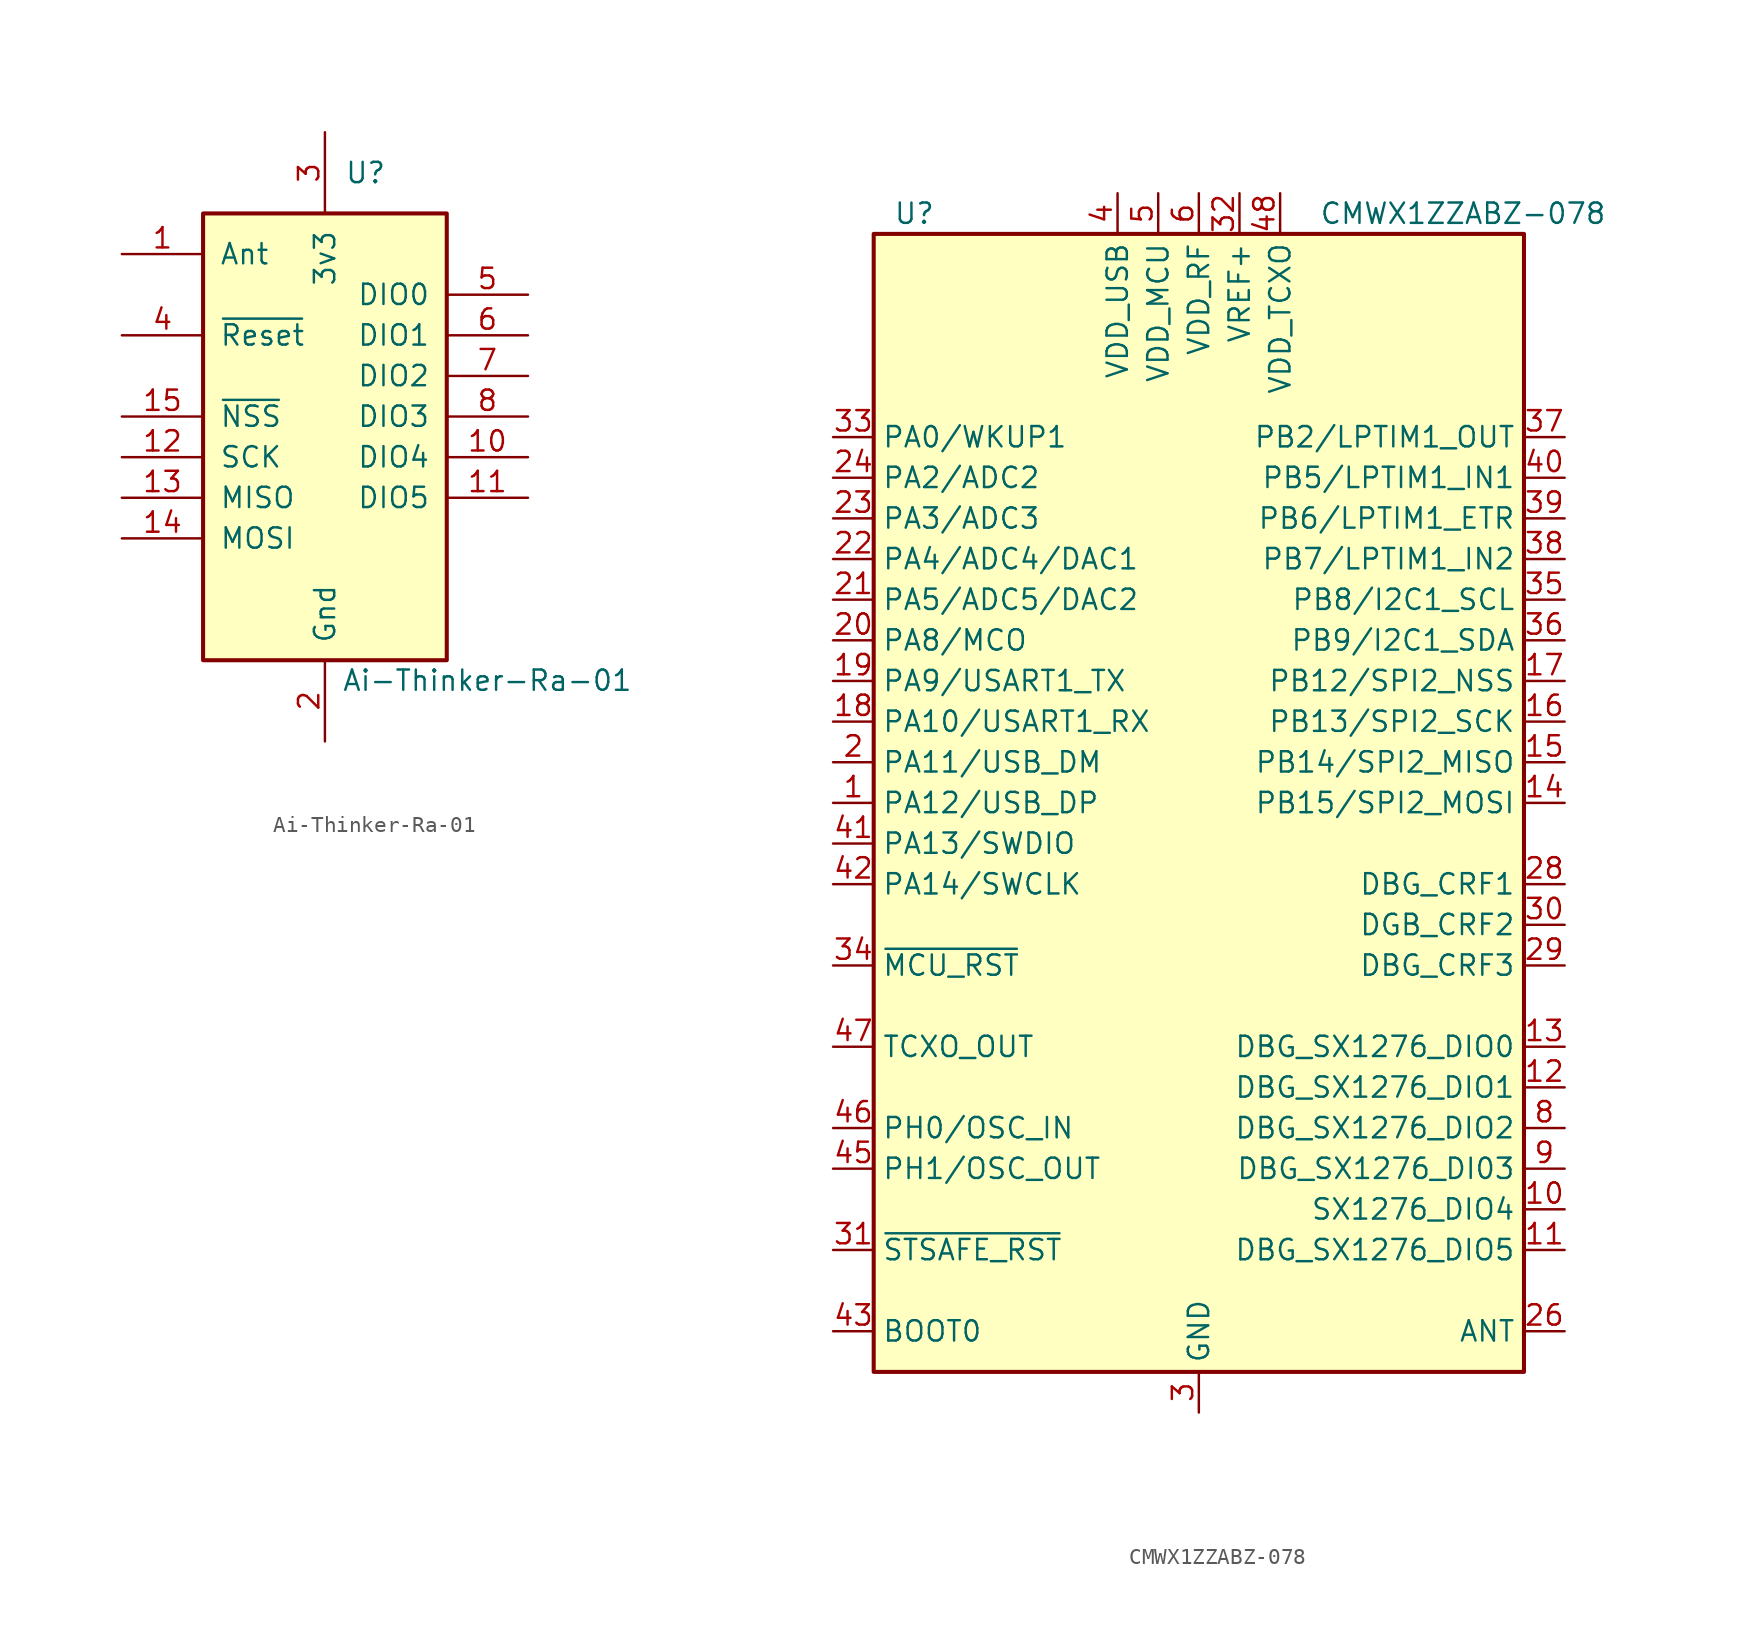
<source format=kicad_sym>
(kicad_symbol_lib
  (version 20201005)
  (generator kicad_symbol_editor)
  (symbol "Ai-Thinker-Ra-01"
    (pin_names
      (offset 1.016))
    (property "Reference" "U"
      (at 2.54 17.78 0)
      (effects (font (size 1.27 1.27))))
    (property "Value" "Ai-Thinker-Ra-01"
      (at 10.16 -13.97 0)
      (effects (font (size 1.27 1.27))))
    (symbol "Ai-Thinker-Ra-01_0_1"
      (rectangle (start -7.62 15.24) (end 7.62 -12.7) (stroke (width 0.254)) (fill (type background))))
    (symbol "Ai-Thinker-Ra-01_1_1"
      (pin input line (at -12.7 12.7 0) (length 5.08) (name "Ant" (effects (font (size 1.27 1.27)))) (number "1" (effects (font (size 1.27 1.27)))))
      (pin bidirectional line (at 12.7 0 180) (length 5.08) (name "DIO4" (effects (font (size 1.27 1.27)))) (number "10" (effects (font (size 1.27 1.27)))))
      (pin bidirectional line (at 12.7 -2.54 180) (length 5.08) (name "DIO5" (effects (font (size 1.27 1.27)))) (number "11" (effects (font (size 1.27 1.27)))))
      (pin bidirectional line (at -12.7 0 0) (length 5.08) (name "SCK" (effects (font (size 1.27 1.27)))) (number "12" (effects (font (size 1.27 1.27)))))
      (pin output line (at -12.7 -2.54 0) (length 5.08) (name "MISO" (effects (font (size 1.27 1.27)))) (number "13" (effects (font (size 1.27 1.27)))))
      (pin input line (at -12.7 -5.08 0) (length 5.08) (name "MOSI" (effects (font (size 1.27 1.27)))) (number "14" (effects (font (size 1.27 1.27)))))
      (pin input line (at -12.7 2.54 0) (length 5.08) (name "~NSS" (effects (font (size 1.27 1.27)))) (number "15" (effects (font (size 1.27 1.27)))))
      (pin passive line (at 0 -17.78 90) (length 5.08) hide (name "Gnd" (effects (font (size 1.27 1.27)))) (number "16" (effects (font (size 1.27 1.27)))))
      (pin power_in line (at 0 -17.78 90) (length 5.08) (name "Gnd" (effects (font (size 1.27 1.27)))) (number "2" (effects (font (size 1.27 1.27)))))
      (pin power_in line (at 0 20.32 270) (length 5.08) (name "3v3" (effects (font (size 1.27 1.27)))) (number "3" (effects (font (size 1.27 1.27)))))
      (pin input line (at -12.7 7.62 0) (length 5.08) (name "~Reset" (effects (font (size 1.27 1.27)))) (number "4" (effects (font (size 1.27 1.27)))))
      (pin bidirectional line (at 12.7 10.16 180) (length 5.08) (name "DIO0" (effects (font (size 1.27 1.27)))) (number "5" (effects (font (size 1.27 1.27)))))
      (pin bidirectional line (at 12.7 7.62 180) (length 5.08) (name "DIO1" (effects (font (size 1.27 1.27)))) (number "6" (effects (font (size 1.27 1.27)))))
      (pin bidirectional line (at 12.7 5.08 180) (length 5.08) (name "DIO2" (effects (font (size 1.27 1.27)))) (number "7" (effects (font (size 1.27 1.27)))))
      (pin bidirectional line (at 12.7 2.54 180) (length 5.08) (name "DIO3" (effects (font (size 1.27 1.27)))) (number "8" (effects (font (size 1.27 1.27)))))
      (pin passive line (at 0 -17.78 90) (length 5.08) hide (name "Gnd" (effects (font (size 1.27 1.27)))) (number "9" (effects (font (size 1.27 1.27)))))))
  (symbol "CMWX1ZZABZ-078"
    (property "Reference" "U"
      (at -17.78 36.83 0)
      (effects (font (size 1.27 1.27))))
    (property "Value" "CMWX1ZZABZ-078"
      (at 16.51 36.83 0)
      (effects (font (size 1.27 1.27))))
    (symbol "CMWX1ZZABZ-078_0_1"
      (rectangle (start -20.32 35.56) (end 20.32 -35.56) (stroke (width 0.254)) (fill (type background))))
    (symbol "CMWX1ZZABZ-078_1_1"
      (pin bidirectional line (at -22.86 0 0) (length 2.54) (name "PA12/USB_DP" (effects (font (size 1.27 1.27)))) (number "1" (effects (font (size 1.27 1.27)))))
      (pin bidirectional line (at 22.86 -25.4 180) (length 2.54) (name "SX1276_DIO4" (effects (font (size 1.27 1.27)))) (number "10" (effects (font (size 1.27 1.27)))))
      (pin bidirectional line (at 22.86 -27.94 180) (length 2.54) (name "DBG_SX1276_DIO5" (effects (font (size 1.27 1.27)))) (number "11" (effects (font (size 1.27 1.27)))))
      (pin bidirectional line (at 22.86 -17.78 180) (length 2.54) (name "DBG_SX1276_DIO1" (effects (font (size 1.27 1.27)))) (number "12" (effects (font (size 1.27 1.27)))))
      (pin bidirectional line (at 22.86 -15.24 180) (length 2.54) (name "DBG_SX1276_DIO0" (effects (font (size 1.27 1.27)))) (number "13" (effects (font (size 1.27 1.27)))))
      (pin bidirectional line (at 22.86 0 180) (length 2.54) (name "PB15/SPI2_MOSI" (effects (font (size 1.27 1.27)))) (number "14" (effects (font (size 1.27 1.27)))))
      (pin bidirectional line (at 22.86 2.54 180) (length 2.54) (name "PB14/SPI2_MISO" (effects (font (size 1.27 1.27)))) (number "15" (effects (font (size 1.27 1.27)))))
      (pin bidirectional line (at 22.86 5.08 180) (length 2.54) (name "PB13/SPI2_SCK" (effects (font (size 1.27 1.27)))) (number "16" (effects (font (size 1.27 1.27)))))
      (pin bidirectional line (at 22.86 7.62 180) (length 2.54) (name "PB12/SPI2_NSS" (effects (font (size 1.27 1.27)))) (number "17" (effects (font (size 1.27 1.27)))))
      (pin bidirectional line (at -22.86 5.08 0) (length 2.54) (name "PA10/USART1_RX" (effects (font (size 1.27 1.27)))) (number "18" (effects (font (size 1.27 1.27)))))
      (pin bidirectional line (at -22.86 7.62 0) (length 2.54) (name "PA9/USART1_TX" (effects (font (size 1.27 1.27)))) (number "19" (effects (font (size 1.27 1.27)))))
      (pin bidirectional line (at -22.86 2.54 0) (length 2.54) (name "PA11/USB_DM" (effects (font (size 1.27 1.27)))) (number "2" (effects (font (size 1.27 1.27)))))
      (pin bidirectional line (at -22.86 10.16 0) (length 2.54) (name "PA8/MCO" (effects (font (size 1.27 1.27)))) (number "20" (effects (font (size 1.27 1.27)))))
      (pin bidirectional line (at -22.86 12.7 0) (length 2.54) (name "PA5/ADC5/DAC2" (effects (font (size 1.27 1.27)))) (number "21" (effects (font (size 1.27 1.27)))))
      (pin bidirectional line (at -22.86 15.24 0) (length 2.54) (name "PA4/ADC4/DAC1" (effects (font (size 1.27 1.27)))) (number "22" (effects (font (size 1.27 1.27)))))
      (pin bidirectional line (at -22.86 17.78 0) (length 2.54) (name "PA3/ADC3" (effects (font (size 1.27 1.27)))) (number "23" (effects (font (size 1.27 1.27)))))
      (pin bidirectional line (at -22.86 20.32 0) (length 2.54) (name "PA2/ADC2" (effects (font (size 1.27 1.27)))) (number "24" (effects (font (size 1.27 1.27)))))
      (pin passive line (at 0 -38.1 90) (length 2.54) hide (name "GND" (effects (font (size 1.27 1.27)))) (number "25" (effects (font (size 1.27 1.27)))))
      (pin passive line (at 22.86 -33.02 180) (length 2.54) (name "ANT" (effects (font (size 1.27 1.27)))) (number "26" (effects (font (size 1.27 1.27)))))
      (pin passive line (at 0 -38.1 90) (length 2.54) hide (name "GND" (effects (font (size 1.27 1.27)))) (number "27" (effects (font (size 1.27 1.27)))))
      (pin passive line (at 22.86 -5.08 180) (length 2.54) (name "DBG_CRF1" (effects (font (size 1.27 1.27)))) (number "28" (effects (font (size 1.27 1.27)))))
      (pin passive line (at 22.86 -10.16 180) (length 2.54) (name "DBG_CRF3" (effects (font (size 1.27 1.27)))) (number "29" (effects (font (size 1.27 1.27)))))
      (pin power_in line (at 0 -38.1 90) (length 2.54) (name "GND" (effects (font (size 1.27 1.27)))) (number "3" (effects (font (size 1.27 1.27)))))
      (pin passive line (at 22.86 -7.62 180) (length 2.54) (name "DGB_CRF2" (effects (font (size 1.27 1.27)))) (number "30" (effects (font (size 1.27 1.27)))))
      (pin passive line (at -22.86 -27.94 0) (length 2.54) (name "~STSAFE_RST" (effects (font (size 1.27 1.27)))) (number "31" (effects (font (size 1.27 1.27)))))
      (pin power_in line (at 2.54 38.1 270) (length 2.54) (name "VREF+" (effects (font (size 1.27 1.27)))) (number "32" (effects (font (size 1.27 1.27)))))
      (pin bidirectional line (at -22.86 22.86 0) (length 2.54) (name "PA0/WKUP1" (effects (font (size 1.27 1.27)))) (number "33" (effects (font (size 1.27 1.27)))))
      (pin input line (at -22.86 -10.16 0) (length 2.54) (name "~MCU_RST" (effects (font (size 1.27 1.27)))) (number "34" (effects (font (size 1.27 1.27)))))
      (pin bidirectional line (at 22.86 12.7 180) (length 2.54) (name "PB8/I2C1_SCL" (effects (font (size 1.27 1.27)))) (number "35" (effects (font (size 1.27 1.27)))))
      (pin bidirectional line (at 22.86 10.16 180) (length 2.54) (name "PB9/I2C1_SDA" (effects (font (size 1.27 1.27)))) (number "36" (effects (font (size 1.27 1.27)))))
      (pin bidirectional line (at 22.86 22.86 180) (length 2.54) (name "PB2/LPTIM1_OUT" (effects (font (size 1.27 1.27)))) (number "37" (effects (font (size 1.27 1.27)))))
      (pin bidirectional line (at 22.86 15.24 180) (length 2.54) (name "PB7/LPTIM1_IN2" (effects (font (size 1.27 1.27)))) (number "38" (effects (font (size 1.27 1.27)))))
      (pin bidirectional line (at 22.86 17.78 180) (length 2.54) (name "PB6/LPTIM1_ETR" (effects (font (size 1.27 1.27)))) (number "39" (effects (font (size 1.27 1.27)))))
      (pin power_in line (at -5.08 38.1 270) (length 2.54) (name "VDD_USB" (effects (font (size 1.27 1.27)))) (number "4" (effects (font (size 1.27 1.27)))))
      (pin bidirectional line (at 22.86 20.32 180) (length 2.54) (name "PB5/LPTIM1_IN1" (effects (font (size 1.27 1.27)))) (number "40" (effects (font (size 1.27 1.27)))))
      (pin bidirectional line (at -22.86 -2.54 0) (length 2.54) (name "PA13/SWDIO" (effects (font (size 1.27 1.27)))) (number "41" (effects (font (size 1.27 1.27)))))
      (pin bidirectional line (at -22.86 -5.08 0) (length 2.54) (name "PA14/SWCLK" (effects (font (size 1.27 1.27)))) (number "42" (effects (font (size 1.27 1.27)))))
      (pin input line (at -22.86 -33.02 0) (length 2.54) (name "BOOT0" (effects (font (size 1.27 1.27)))) (number "43" (effects (font (size 1.27 1.27)))))
      (pin passive line (at 0 -38.1 90) (length 2.54) hide (name "GND" (effects (font (size 1.27 1.27)))) (number "44" (effects (font (size 1.27 1.27)))))
      (pin bidirectional line (at -22.86 -22.86 0) (length 2.54) (name "PH1/OSC_OUT" (effects (font (size 1.27 1.27)))) (number "45" (effects (font (size 1.27 1.27)))))
      (pin bidirectional line (at -22.86 -20.32 0) (length 2.54) (name "PH0/OSC_IN" (effects (font (size 1.27 1.27)))) (number "46" (effects (font (size 1.27 1.27)))))
      (pin output line (at -22.86 -15.24 0) (length 2.54) (name "TCXO_OUT" (effects (font (size 1.27 1.27)))) (number "47" (effects (font (size 1.27 1.27)))))
      (pin power_in line (at 5.08 38.1 270) (length 2.54) (name "VDD_TCXO" (effects (font (size 1.27 1.27)))) (number "48" (effects (font (size 1.27 1.27)))))
      (pin passive line (at 0 -38.1 90) (length 2.54) hide (name "GND" (effects (font (size 1.27 1.27)))) (number "49" (effects (font (size 1.27 1.27)))))
      (pin power_in line (at -2.54 38.1 270) (length 2.54) (name "VDD_MCU" (effects (font (size 1.27 1.27)))) (number "5" (effects (font (size 1.27 1.27)))))
      (pin passive line (at 0 -38.1 90) (length 2.54) hide (name "GND" (effects (font (size 1.27 1.27)))) (number "50" (effects (font (size 1.27 1.27)))))
      (pin passive line (at 0 -38.1 90) (length 2.54) hide (name "GND" (effects (font (size 1.27 1.27)))) (number "51" (effects (font (size 1.27 1.27)))))
      (pin passive line (at 0 -38.1 90) (length 2.54) hide (name "GND" (effects (font (size 1.27 1.27)))) (number "52" (effects (font (size 1.27 1.27)))))
      (pin passive line (at 0 -38.1 90) (length 2.54) hide (name "GND" (effects (font (size 1.27 1.27)))) (number "53" (effects (font (size 1.27 1.27)))))
      (pin passive line (at 0 -38.1 90) (length 2.54) hide (name "GND" (effects (font (size 1.27 1.27)))) (number "54" (effects (font (size 1.27 1.27)))))
      (pin passive line (at 0 -38.1 90) (length 2.54) hide (name "GND" (effects (font (size 1.27 1.27)))) (number "55" (effects (font (size 1.27 1.27)))))
      (pin passive line (at 0 -38.1 90) (length 2.54) hide (name "GND" (effects (font (size 1.27 1.27)))) (number "56" (effects (font (size 1.27 1.27)))))
      (pin passive line (at 0 -38.1 90) (length 2.54) hide (name "GND" (effects (font (size 1.27 1.27)))) (number "57" (effects (font (size 1.27 1.27)))))
      (pin power_in line (at 0 38.1 270) (length 2.54) (name "VDD_RF" (effects (font (size 1.27 1.27)))) (number "6" (effects (font (size 1.27 1.27)))))
      (pin passive line (at 0 -38.1 90) (length 2.54) hide (name "GND" (effects (font (size 1.27 1.27)))) (number "7" (effects (font (size 1.27 1.27)))))
      (pin bidirectional line (at 22.86 -20.32 180) (length 2.54) (name "DBG_SX1276_DIO2" (effects (font (size 1.27 1.27)))) (number "8" (effects (font (size 1.27 1.27)))))
      (pin bidirectional line (at 22.86 -22.86 180) (length 2.54) (name "DBG_SX1276_DI03" (effects (font (size 1.27 1.27)))) (number "9" (effects (font (size 1.27 1.27))))))))
</source>
